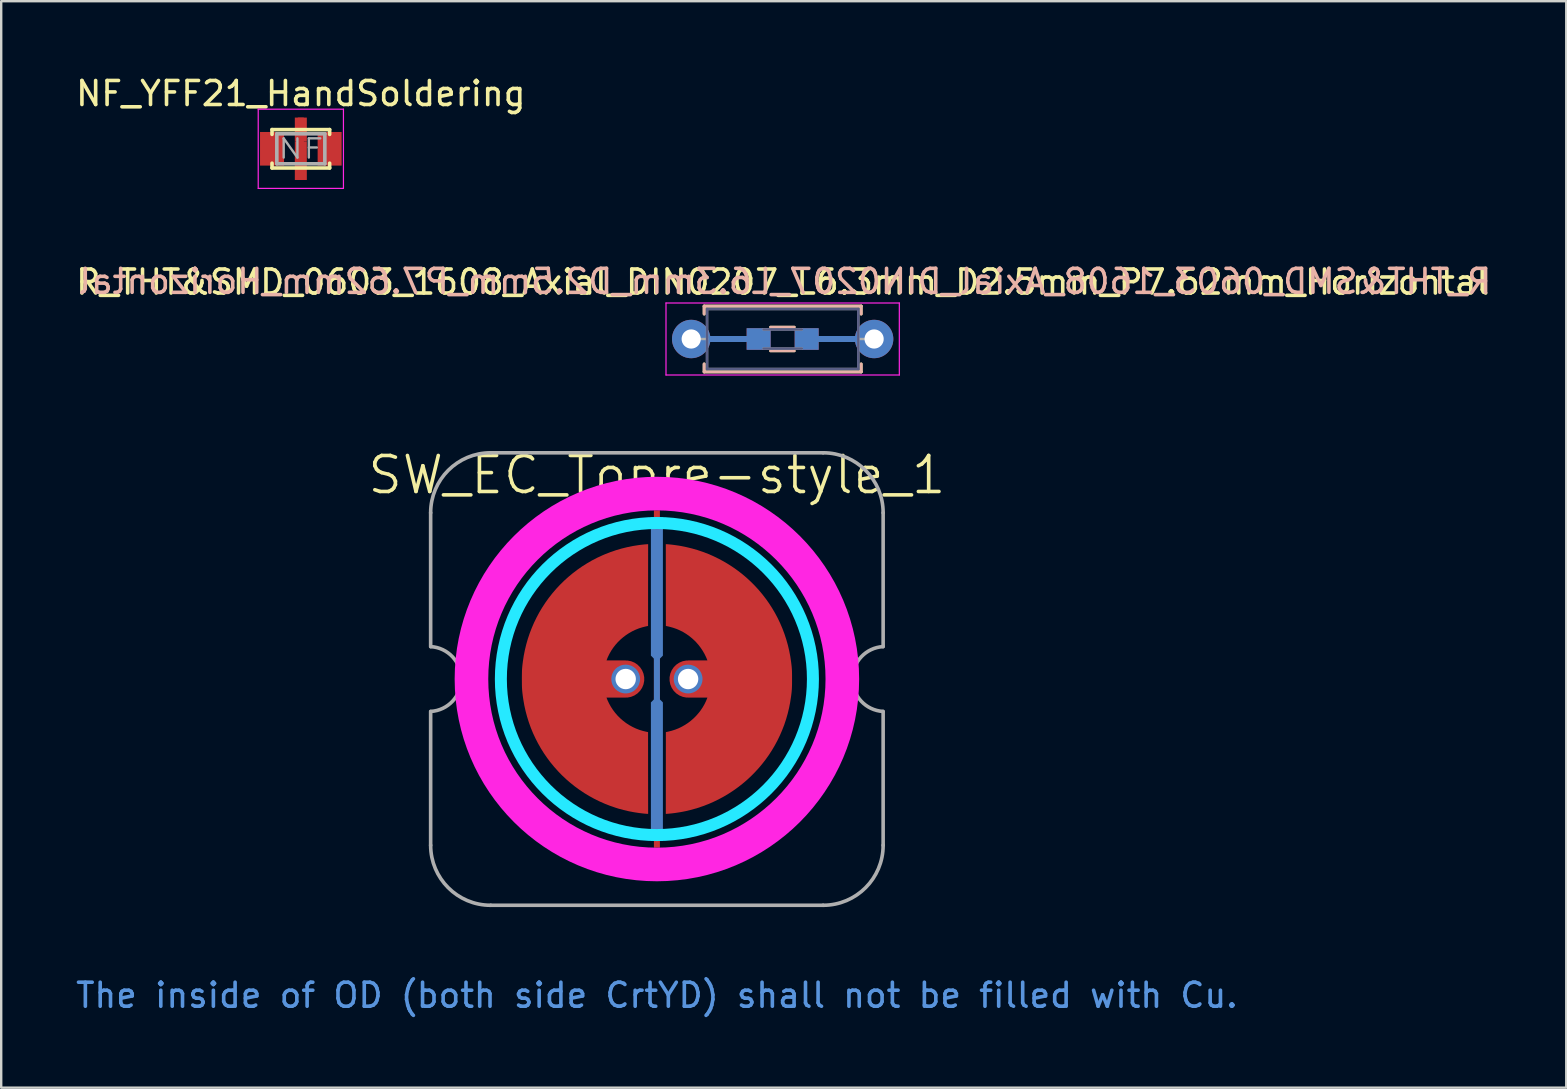
<source format=kicad_pcb>
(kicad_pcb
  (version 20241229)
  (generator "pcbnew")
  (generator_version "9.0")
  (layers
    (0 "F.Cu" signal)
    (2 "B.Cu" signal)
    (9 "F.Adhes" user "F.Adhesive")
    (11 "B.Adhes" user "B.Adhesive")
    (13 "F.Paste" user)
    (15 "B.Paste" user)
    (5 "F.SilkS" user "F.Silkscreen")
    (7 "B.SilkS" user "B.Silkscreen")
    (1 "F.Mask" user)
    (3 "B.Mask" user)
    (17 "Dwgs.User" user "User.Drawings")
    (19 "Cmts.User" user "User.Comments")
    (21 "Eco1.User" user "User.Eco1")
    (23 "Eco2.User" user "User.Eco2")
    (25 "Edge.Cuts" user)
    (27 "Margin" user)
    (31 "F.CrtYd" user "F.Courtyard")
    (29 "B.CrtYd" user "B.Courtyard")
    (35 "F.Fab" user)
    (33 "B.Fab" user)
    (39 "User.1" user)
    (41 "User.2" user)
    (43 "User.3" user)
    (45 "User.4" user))
  (footprint "NF_YFF21_HandSoldering"
    (layer "F.Cu")
    (at 9.482 3.148)
    (property "Reference" "NF_YFF21_HandSoldering" (at 0 -2.3 0) (layer "F.SilkS") (effects (font (size 1 1) (thickness 0.15))))
    (attr through_hole)
    (fp_line (start -1.2 -0.8) (end 1.2 -0.8) (stroke (width 0.15) (type solid)) (layer "F.SilkS"))
    (fp_line (start -1.2 -0.6) (end -1.2 -0.8) (stroke (width 0.15) (type solid)) (layer "F.SilkS"))
    (fp_line (start -1.2 0.6) (end -1.2 0.8) (stroke (width 0.15) (type solid)) (layer "F.SilkS"))
    (fp_line (start -1.2 0.8) (end 1.2 0.8) (stroke (width 0.15) (type solid)) (layer "F.SilkS"))
    (fp_line (start 1.2 -0.8) (end 1.2 -0.6) (stroke (width 0.15) (type solid)) (layer "F.SilkS"))
    (fp_line (start 1.2 0.8) (end 1.2 0.6) (stroke (width 0.15) (type solid)) (layer "F.SilkS"))
    (fp_line (start -1.775 -1.65) (end -1.775 1.65) (stroke (width 0.05) (type solid)) (layer "F.CrtYd"))
    (fp_line (start -1.775 1.65) (end 1.775 1.65) (stroke (width 0.05) (type solid)) (layer "F.CrtYd"))
    (fp_line (start 1.775 -1.65) (end -1.775 -1.65) (stroke (width 0.05) (type solid)) (layer "F.CrtYd"))
    (fp_line (start 1.775 1.65) (end 1.775 -1.65) (stroke (width 0.05) (type solid)) (layer "F.CrtYd"))
    (fp_line (start -1 -0.625) (end -1 0.625) (stroke (width 0.15) (type solid)) (layer "F.Fab"))
    (fp_line (start -1 -0.625) (end 1 -0.625) (stroke (width 0.15) (type solid)) (layer "F.Fab"))
    (fp_line (start -1 0.625) (end 1 0.625) (stroke (width 0.15) (type solid)) (layer "F.Fab"))
    (fp_line (start 1 -0.625) (end 1 0.625) (stroke (width 0.15) (type solid)) (layer "F.Fab"))
    (fp_text user "NF" (at 0 0 0) (layer "F.Fab") (effects (font (size 0.8 1) (thickness 0.1))))
    (pad "1" smd rect (at -1.2 0) (size 1 1.4) (layers "F.Cu" "F.Mask" "F.Paste"))
    (pad "2" smd rect (at 0 -0.8) (size 0.5 1) (layers "F.Cu" "F.Mask" "F.Paste"))
    (pad "2" smd rect (at 0 0) (size 0.25 2.6) (layers "F.Cu"))
    (pad "2" smd rect (at 0 0) (size 0.5 0.6) (layers "F.Cu"))
    (pad "2" smd rect (at 0 0.8) (size 0.5 1) (layers "F.Cu" "F.Mask" "F.Paste"))
    (pad "3" smd rect (at 1.2 0) (size 1 1.4) (layers "F.Cu" "F.Mask" "F.Paste")))
  (footprint "R_THT&SMD_0603_1608_Axial_DIN0207_L6.3mm_D2.5mm_P7.62mm_Horizontal"
    (layer "F.Cu")
    (at 25.744 11.072)
    (property "Reference" "R_THT&SMD_0603_1608_Axial_DIN0207_L6.3mm_D2.5mm_P7.62mm_Horizontal" (at 3.81 -2.37 0) (layer "F.SilkS") (effects (font (size 1 1) (thickness 0.15))))
    (attr through_hole)
    (fp_line (start 0.54 -1.37) (end 7.08 -1.37) (stroke (width 0.12) (type solid)) (layer "F.SilkS"))
    (fp_line (start 0.54 -1.04) (end 0.54 -1.37) (stroke (width 0.12) (type solid)) (layer "F.SilkS"))
    (fp_line (start 0.54 1.04) (end 0.54 1.37) (stroke (width 0.12) (type solid)) (layer "F.SilkS"))
    (fp_line (start 0.54 1.37) (end 7.08 1.37) (stroke (width 0.12) (type solid)) (layer "F.SilkS"))
    (fp_line (start 3.3 -0.5) (end 4.3 -0.5) (stroke (width 0.1) (type solid)) (layer "F.SilkS"))
    (fp_line (start 3.3 0.5) (end 4.3 0.5) (stroke (width 0.1) (type solid)) (layer "F.SilkS"))
    (fp_line (start 7.08 -1.37) (end 7.08 -1.04) (stroke (width 0.12) (type solid)) (layer "F.SilkS"))
    (fp_line (start 7.08 1.37) (end 7.08 1.04) (stroke (width 0.12) (type solid)) (layer "F.SilkS"))
    (fp_line (start 0.54 -1.37) (end 7.08 -1.37) (stroke (width 0.12) (type solid)) (layer "B.SilkS"))
    (fp_line (start 0.54 -1.04) (end 0.54 -1.37) (stroke (width 0.12) (type solid)) (layer "B.SilkS"))
    (fp_line (start 0.54 1.04) (end 0.54 1.37) (stroke (width 0.12) (type solid)) (layer "B.SilkS"))
    (fp_line (start 0.54 1.37) (end 7.08 1.37) (stroke (width 0.12) (type solid)) (layer "B.SilkS"))
    (fp_line (start 3.3 -0.5) (end 4.3 -0.5) (stroke (width 0.1) (type solid)) (layer "B.SilkS"))
    (fp_line (start 3.3 0.5) (end 4.3 0.5) (stroke (width 0.1) (type solid)) (layer "B.SilkS"))
    (fp_line (start 7.08 -1.37) (end 7.08 -1.04) (stroke (width 0.12) (type solid)) (layer "B.SilkS"))
    (fp_line (start 7.08 1.37) (end 7.08 1.04) (stroke (width 0.12) (type solid)) (layer "B.SilkS"))
    (fp_line (start -1.05 -1.5) (end -1.05 1.5) (stroke (width 0.05) (type solid)) (layer "F.CrtYd"))
    (fp_line (start -1.05 1.5) (end 8.67 1.5) (stroke (width 0.05) (type solid)) (layer "F.CrtYd"))
    (fp_line (start 8.67 -1.5) (end -1.05 -1.5) (stroke (width 0.05) (type solid)) (layer "F.CrtYd"))
    (fp_line (start 8.67 1.5) (end 8.67 -1.5) (stroke (width 0.05) (type solid)) (layer "F.CrtYd"))
    (fp_line (start 0.66 -1.25) (end 0.66 1.25) (stroke (width 0.1) (type solid)) (layer "B.Fab"))
    (fp_line (start 0.66 1.25) (end 6.96 1.25) (stroke (width 0.1) (type solid)) (layer "B.Fab"))
    (fp_line (start 3.01 -0.4) (end 4.61 -0.4) (stroke (width 0.1) (type solid)) (layer "B.Fab"))
    (fp_line (start 3.01 0.4) (end 4.61 0.4) (stroke (width 0.1) (type solid)) (layer "B.Fab"))
    (fp_line (start 6.96 -1.25) (end 0.66 -1.25) (stroke (width 0.1) (type solid)) (layer "B.Fab"))
    (fp_line (start 6.96 1.25) (end 6.96 -1.25) (stroke (width 0.1) (type solid)) (layer "B.Fab"))
    (fp_line (start 0 0) (end 0.66 0) (stroke (width 0.1) (type solid)) (layer "F.Fab"))
    (fp_line (start 0.66 -1.25) (end 0.66 1.25) (stroke (width 0.1) (type solid)) (layer "F.Fab"))
    (fp_line (start 0.66 1.25) (end 6.96 1.25) (stroke (width 0.1) (type solid)) (layer "F.Fab"))
    (fp_line (start 3.01 -0.4) (end 4.61 -0.4) (stroke (width 0.1) (type solid)) (layer "F.Fab"))
    (fp_line (start 3.01 0.4) (end 4.61 0.4) (stroke (width 0.1) (type solid)) (layer "F.Fab"))
    (fp_line (start 6.96 -1.25) (end 0.66 -1.25) (stroke (width 0.1) (type solid)) (layer "F.Fab"))
    (fp_line (start 6.96 1.25) (end 6.96 -1.25) (stroke (width 0.1) (type solid)) (layer "F.Fab"))
    (fp_line (start 7.62 0) (end 6.96 0) (stroke (width 0.1) (type solid)) (layer "F.Fab"))
    (fp_text user "${REFERENCE}" (at 3.9 -2.4 0) (layer "B.SilkS") (effects (font (size 1 1) (thickness 0.15)) (justify mirror)))
    (pad "1" thru_hole circle (at 0 0) (size 1.6 1.6) (drill 0.8) (layers "*.Cu" "*.Mask"))
    (pad "1" smd rect (at 1.55 0) (size 1.75 0.25) (layers "F.Cu"))
    (pad "1" smd rect (at 1.55 0) (size 1.75 0.25) (layers "B.Cu"))
    (pad "1" smd rect (at 2.81 0) (size 1 0.9) (layers "F.Cu" "F.Mask" "F.Paste"))
    (pad "1" smd rect (at 2.81 0) (size 1 0.9) (layers "B.Cu" "B.Mask" "B.Paste"))
    (pad "2" smd rect (at 4.81 0) (size 1 0.9) (layers "F.Cu" "F.Mask" "F.Paste"))
    (pad "2" smd rect (at 4.81 0) (size 1 0.9) (layers "B.Cu" "B.Mask" "B.Paste"))
    (pad "2" smd rect (at 6.05 0) (size 1.75 0.25) (layers "F.Cu"))
    (pad "2" smd rect (at 6.05 0) (size 1.75 0.25) (layers "B.Cu"))
    (pad "2" thru_hole oval (at 7.62 0) (size 1.6 1.6) (drill 0.8) (layers "*.Cu" "*.Mask")))
  (footprint "SW_EC_Topre-style_1"
    (layer "F.Cu")
    (at 24.315 25.237)
    (property "Reference" "SW_EC_Topre-style_1" (at 0 -8.5 0) (layer "F.SilkS") (effects (font (size 1.5 1.5) (thickness 0.15))))
    (attr through_hole)
    (fp_circle (center 0 0) (end 6.5 0) (stroke (width 0.5) (type solid)) (fill no) (layer "B.CrtYd"))
    (fp_circle (center 0 0) (end 7.725 0) (stroke (width 1.4) (type solid)) (fill no) (layer "F.CrtYd"))
    (fp_line (start -9.425 -6.925) (end -9.425 -1.35) (stroke (width 0.15) (type solid)) (layer "F.Fab"))
    (fp_line (start -9.425 1.35) (end -9.425 6.925) (stroke (width 0.15) (type solid)) (layer "F.Fab"))
    (fp_line (start -6.925 -9.425) (end 6.925 -9.425) (stroke (width 0.15) (type solid)) (layer "F.Fab"))
    (fp_line (start -6.925 9.425) (end 6.925 9.425) (stroke (width 0.15) (type solid)) (layer "F.Fab"))
    (fp_line (start 9.425 -6.925) (end 9.425 -1.35) (stroke (width 0.15) (type solid)) (layer "F.Fab"))
    (fp_line (start 9.425 1.35) (end 9.425 6.925) (stroke (width 0.15) (type solid)) (layer "F.Fab"))
    (fp_arc (start -9.425 -6.925) (mid -8.692767 -8.692767) (end -6.925 -9.425) (stroke (width 0.15) (type solid)) (layer "F.Fab"))
    (fp_arc (start -9.42 -1.35) (mid -8.147634 -0.002565) (end -9.41488 1.349687) (stroke (width 0.15) (type solid)) (layer "F.Fab"))
    (fp_arc (start -6.925 9.425) (mid -8.692767 8.692767) (end -9.425 6.925) (stroke (width 0.15) (type solid)) (layer "F.Fab"))
    (fp_arc (start 6.925 -9.425) (mid 8.692767 -8.692767) (end 9.425 -6.925) (stroke (width 0.15) (type solid)) (layer "F.Fab"))
    (fp_arc (start 9.41488 1.349687) (mid 8.147634 -0.002565) (end 9.42 -1.35) (stroke (width 0.15) (type solid)) (layer "F.Fab"))
    (fp_arc (start 9.425 6.925) (mid 8.692767 8.692767) (end 6.925 9.425) (stroke (width 0.15) (type solid)) (layer "F.Fab"))
    (fp_text user "The inside of OD (both side CrtYD) shall not be filled with Cu." (at 0 13.175 0) (layer "Cmts.User") (effects (font (size 1 1) (thickness 0.15))))
    (pad "1" smd custom (at -2.075 0) (size 1.55 1.55) (layers "F.Cu") (options (anchor rect)) (primitives (gr_circle (center 0.775 0) (end 1.55 0) (width 0) (fill yes)) (gr_poly (pts (xy 1.703 -3.913) (xy 1.702 -2.215) (xy 1.62 -2.198) (xy 1.471 -2.161) (xy 1.325 -2.115) (xy 1.183 -2.058) (xy 1.046 -1.993) (xy 0.914 -1.919) (xy 0.788 -1.836) (xy 0.667 -1.745) (xy 0.553 -1.647) (xy 0.445 -1.541) (xy 0.345 -1.428) (xy 0.253 -1.309) (xy 0.168 -1.183) (xy 0.093 -1.051) (xy 0.026 -0.914) (xy 0.014 -0.885) (xy -0.043 -0.737) (xy -0.09 -0.587) (xy -0.125 -0.436) (xy -0.151 -0.284) (xy -0.165 -0.131) (xy -0.169 0.022) (xy -0.162 0.175) (xy -0.145 0.328) (xy -0.117 0.479) (xy -0.078 0.629) (xy -0.029 0.778) (xy 0.016 0.891) (xy 0.082 1.028) (xy 0.156 1.161) (xy 0.24 1.289) (xy 0.333 1.412) (xy 0.433 1.528) (xy 0.541 1.636) (xy 0.656 1.737) (xy 0.778 1.83) (xy 0.792 1.84) (xy 0.924 1.926) (xy 1.061 2.001) (xy 1.201 2.067) (xy 1.346 2.123) (xy 1.495 2.168) (xy 1.62 2.198) (xy 1.702 2.215) (xy 1.703 3.913) (xy 1.705 5.612) (xy 1.673 5.611) (xy 1.657 5.61) (xy 1.633 5.609) (xy 1.603 5.606) (xy 1.57 5.603) (xy 1.541 5.601) (xy 1.33 5.576) (xy 1.116 5.543) (xy 0.901 5.502) (xy 0.689 5.452) (xy 0.482 5.396) (xy 0.376 5.363) (xy 0.142 5.283) (xy -0.086 5.194) (xy -0.31 5.095) (xy -0.527 4.988) (xy -0.739 4.871) (xy -0.945 4.747) (xy -1.144 4.614) (xy -1.338 4.473) (xy -1.524 4.324) (xy -1.704 4.168) (xy -1.877 4.005) (xy -2.042 3.834) (xy -2.2 3.657) (xy -2.351 3.474) (xy -2.493 3.284) (xy -2.628 3.088) (xy -2.754 2.887) (xy -2.872 2.679) (xy -2.981 2.467) (xy -3.082 2.25) (xy -3.173 2.028) (xy -3.255 1.801) (xy -3.327 1.57) (xy -3.39 1.335) (xy -3.443 1.097) (xy -3.485 0.855) (xy -3.504 0.725) (xy -3.512 0.661) (xy -3.519 0.604) (xy -3.525 0.551) (xy -3.53 0.501) (xy -3.534 0.453) (xy -3.537 0.405) (xy -3.54 0.355) (xy -3.542 0.303) (xy -3.543 0.247) (xy -3.544 0.184) (xy -3.544 0.115) (xy -3.545 0.037) (xy -3.545 -0.003) (xy -3.545 -0.084) (xy -3.544 -0.156) (xy -3.543 -0.22) (xy -3.542 -0.277) (xy -3.541 -0.33) (xy -3.539 -0.379) (xy -3.536 -0.426) (xy -3.532 -0.472) (xy -3.528 -0.519) (xy -3.523 -0.569) (xy -3.517 -0.622) (xy -3.509 -0.681) (xy -3.504 -0.725) (xy -3.467 -0.968) (xy -3.419 -1.208) (xy -3.362 -1.445) (xy -3.295 -1.678) (xy -3.218 -1.907) (xy -3.131 -2.132) (xy -3.035 -2.353) (xy -2.93 -2.568) (xy -2.817 -2.779) (xy -2.694 -2.984) (xy -2.563 -3.184) (xy -2.424 -3.378) (xy -2.277 -3.565) (xy -2.122 -3.747) (xy -1.959 -3.921) (xy -1.789 -4.089) (xy -1.611 -4.25) (xy -1.427 -4.403) (xy -1.235 -4.549) (xy -1.037 -4.687) (xy -0.832 -4.816) (xy -0.622 -4.938) (xy -0.405 -5.05) (xy -0.182 -5.153) (xy -0.088 -5.193) (xy 0.137 -5.281) (xy 0.367 -5.36) (xy 0.6 -5.429) (xy 0.835 -5.487) (xy 1.072 -5.536) (xy 1.31 -5.573) (xy 1.35 -5.579) (xy 1.395 -5.584) (xy 1.442 -5.59) (xy 1.49 -5.595) (xy 1.536 -5.6) (xy 1.579 -5.604) (xy 1.618 -5.607) (xy 1.651 -5.61) (xy 1.675 -5.611) (xy 1.686 -5.612) (xy 1.705 -5.612) (xy 1.703 -3.913)) (width 0.01) (fill yes))))
    (pad "1" thru_hole circle (at -1.3 0) (size 1.2 1.2) (drill 0.85) (layers "*.Cu" "*.Mask"))
    (pad "2" thru_hole circle (at 1.3 0) (size 1.2 1.2) (drill 0.85) (layers "*.Cu" "*.Mask"))
    (pad "2" smd custom (at 2.075 0) (size 1.55 1.55) (layers "F.Cu") (options (anchor rect)) (primitives (gr_circle (center -0.775 0) (end 0 0) (width 0) (fill yes)) (gr_poly (pts (xy -1.654 -5.611) (xy -1.618 -5.608) (xy -1.574 -5.605) (xy -1.524 -5.6) (xy -1.469 -5.594) (xy -1.411 -5.587) (xy -1.351 -5.579) (xy -1.29 -5.571) (xy -1.231 -5.562) (xy -1.174 -5.554) (xy -1.121 -5.545) (xy -1.094 -5.541) (xy -0.853 -5.492) (xy -0.615 -5.434) (xy -0.382 -5.367) (xy -0.153 -5.289) (xy 0.071 -5.203) (xy 0.29 -5.107) (xy 0.504 -5.002) (xy 0.713 -4.889) (xy 0.916 -4.768) (xy 1.114 -4.638) (xy 1.305 -4.501) (xy 1.491 -4.356) (xy 1.67 -4.203) (xy 1.842 -4.043) (xy 2.007 -3.877) (xy 2.166 -3.703) (xy 2.317 -3.523) (xy 2.46 -3.337) (xy 2.596 -3.145) (xy 2.723 -2.947) (xy 2.843 -2.743) (xy 2.954 -2.534) (xy 3.056 -2.32) (xy 3.15 -2.101) (xy 3.234 -1.877) (xy 3.309 -1.649) (xy 3.375 -1.417) (xy 3.431 -1.18) (xy 3.477 -0.94) (xy 3.509 -0.725) (xy 3.517 -0.662) (xy 3.524 -0.605) (xy 3.53 -0.553) (xy 3.535 -0.505) (xy 3.539 -0.458) (xy 3.542 -0.413) (xy 3.545 -0.366) (xy 3.547 -0.316) (xy 3.548 -0.263) (xy 3.549 -0.204) (xy 3.55 -0.139) (xy 3.55 -0.065) (xy 3.55 0) (xy 3.55 0.081) (xy 3.55 0.153) (xy 3.549 0.217) (xy 3.548 0.274) (xy 3.546 0.327) (xy 3.544 0.376) (xy 3.542 0.422) (xy 3.538 0.468) (xy 3.534 0.515) (xy 3.529 0.564) (xy 3.523 0.616) (xy 3.516 0.674) (xy 3.509 0.725) (xy 3.472 0.968) (xy 3.425 1.207) (xy 3.368 1.443) (xy 3.302 1.674) (xy 3.226 1.902) (xy 3.14 2.124) (xy 3.046 2.343) (xy 2.943 2.556) (xy 2.831 2.764) (xy 2.711 2.967) (xy 2.583 3.164) (xy 2.447 3.355) (xy 2.303 3.54) (xy 2.152 3.719) (xy 1.993 3.891) (xy 1.828 4.057) (xy 1.656 4.216) (xy 1.477 4.367) (xy 1.292 4.511) (xy 1.101 4.647) (xy 0.903 4.776) (xy 0.701 4.896) (xy 0.493 5.008) (xy 0.279 5.112) (xy 0.061 5.207) (xy -0.162 5.292) (xy -0.39 5.369) (xy -0.621 5.436) (xy -0.857 5.493) (xy -1.097 5.541) (xy -1.31 5.574) (xy -1.348 5.579) (xy -1.391 5.584) (xy -1.437 5.59) (xy -1.483 5.595) (xy -1.529 5.599) (xy -1.571 5.604) (xy -1.61 5.607) (xy -1.642 5.61) (xy -1.667 5.611) (xy -1.679 5.612) (xy -1.699 5.612) (xy -1.698 3.913) (xy -1.696 2.215) (xy -1.615 2.198) (xy -1.463 2.161) (xy -1.316 2.114) (xy -1.172 2.057) (xy -1.034 1.99) (xy -0.9 1.914) (xy -0.772 1.83) (xy -0.65 1.736) (xy -0.534 1.634) (xy -0.425 1.524) (xy -0.323 1.406) (xy -0.246 1.306) (xy -0.162 1.18) (xy -0.086 1.047) (xy -0.02 0.91) (xy 0.037 0.768) (xy 0.085 0.623) (xy 0.123 0.474) (xy 0.151 0.324) (xy 0.168 0.173) (xy 0.175 0.021) (xy 0.175 0) (xy 0.17 -0.154) (xy 0.154 -0.307) (xy 0.127 -0.458) (xy 0.091 -0.606) (xy 0.044 -0.752) (xy -0.013 -0.894) (xy -0.079 -1.032) (xy -0.154 -1.165) (xy -0.239 -1.294) (xy -0.332 -1.417) (xy -0.434 -1.534) (xy -0.489 -1.591) (xy -0.604 -1.697) (xy -0.725 -1.795) (xy -0.852 -1.884) (xy -0.984 -1.964) (xy -1.122 -2.034) (xy -1.264 -2.095) (xy -1.411 -2.145) (xy -1.562 -2.186) (xy -1.615 -2.198) (xy -1.696 -2.215) (xy -1.698 -3.913) (xy -1.699 -5.612) (xy -1.68 -5.612) (xy -1.654 -5.611)) (width 0.01) (fill yes))))
    (pad "3" smd custom (at 0 0) (size 0.25 13) (layers "B.Cu") (options (anchor rect)) (primitives (gr_poly (pts (xy -0.125 0.85) (xy -0.25 0.975) (xy -0.25 6.745) (xy 0.25 6.745) (xy 0.25 0.975) (xy 0.125 0.85) (xy 0.125 -0.85) (xy 0.25 -0.975) (xy 0.25 -6.745) (xy -0.25 -6.745) (xy -0.25 -0.975) (xy -0.125 -0.85)) (width 0) (fill yes))))
    (pad "3" smd rect (at 0 0) (size 0.25 14.05) (layers "F.Cu")))
  (gr_rect
    (start -3 -3)
    (end 62.197 42.261)
    (stroke (width 0.1) (type default))
    (fill no)
    (layer "Edge.Cuts")))
</source>
